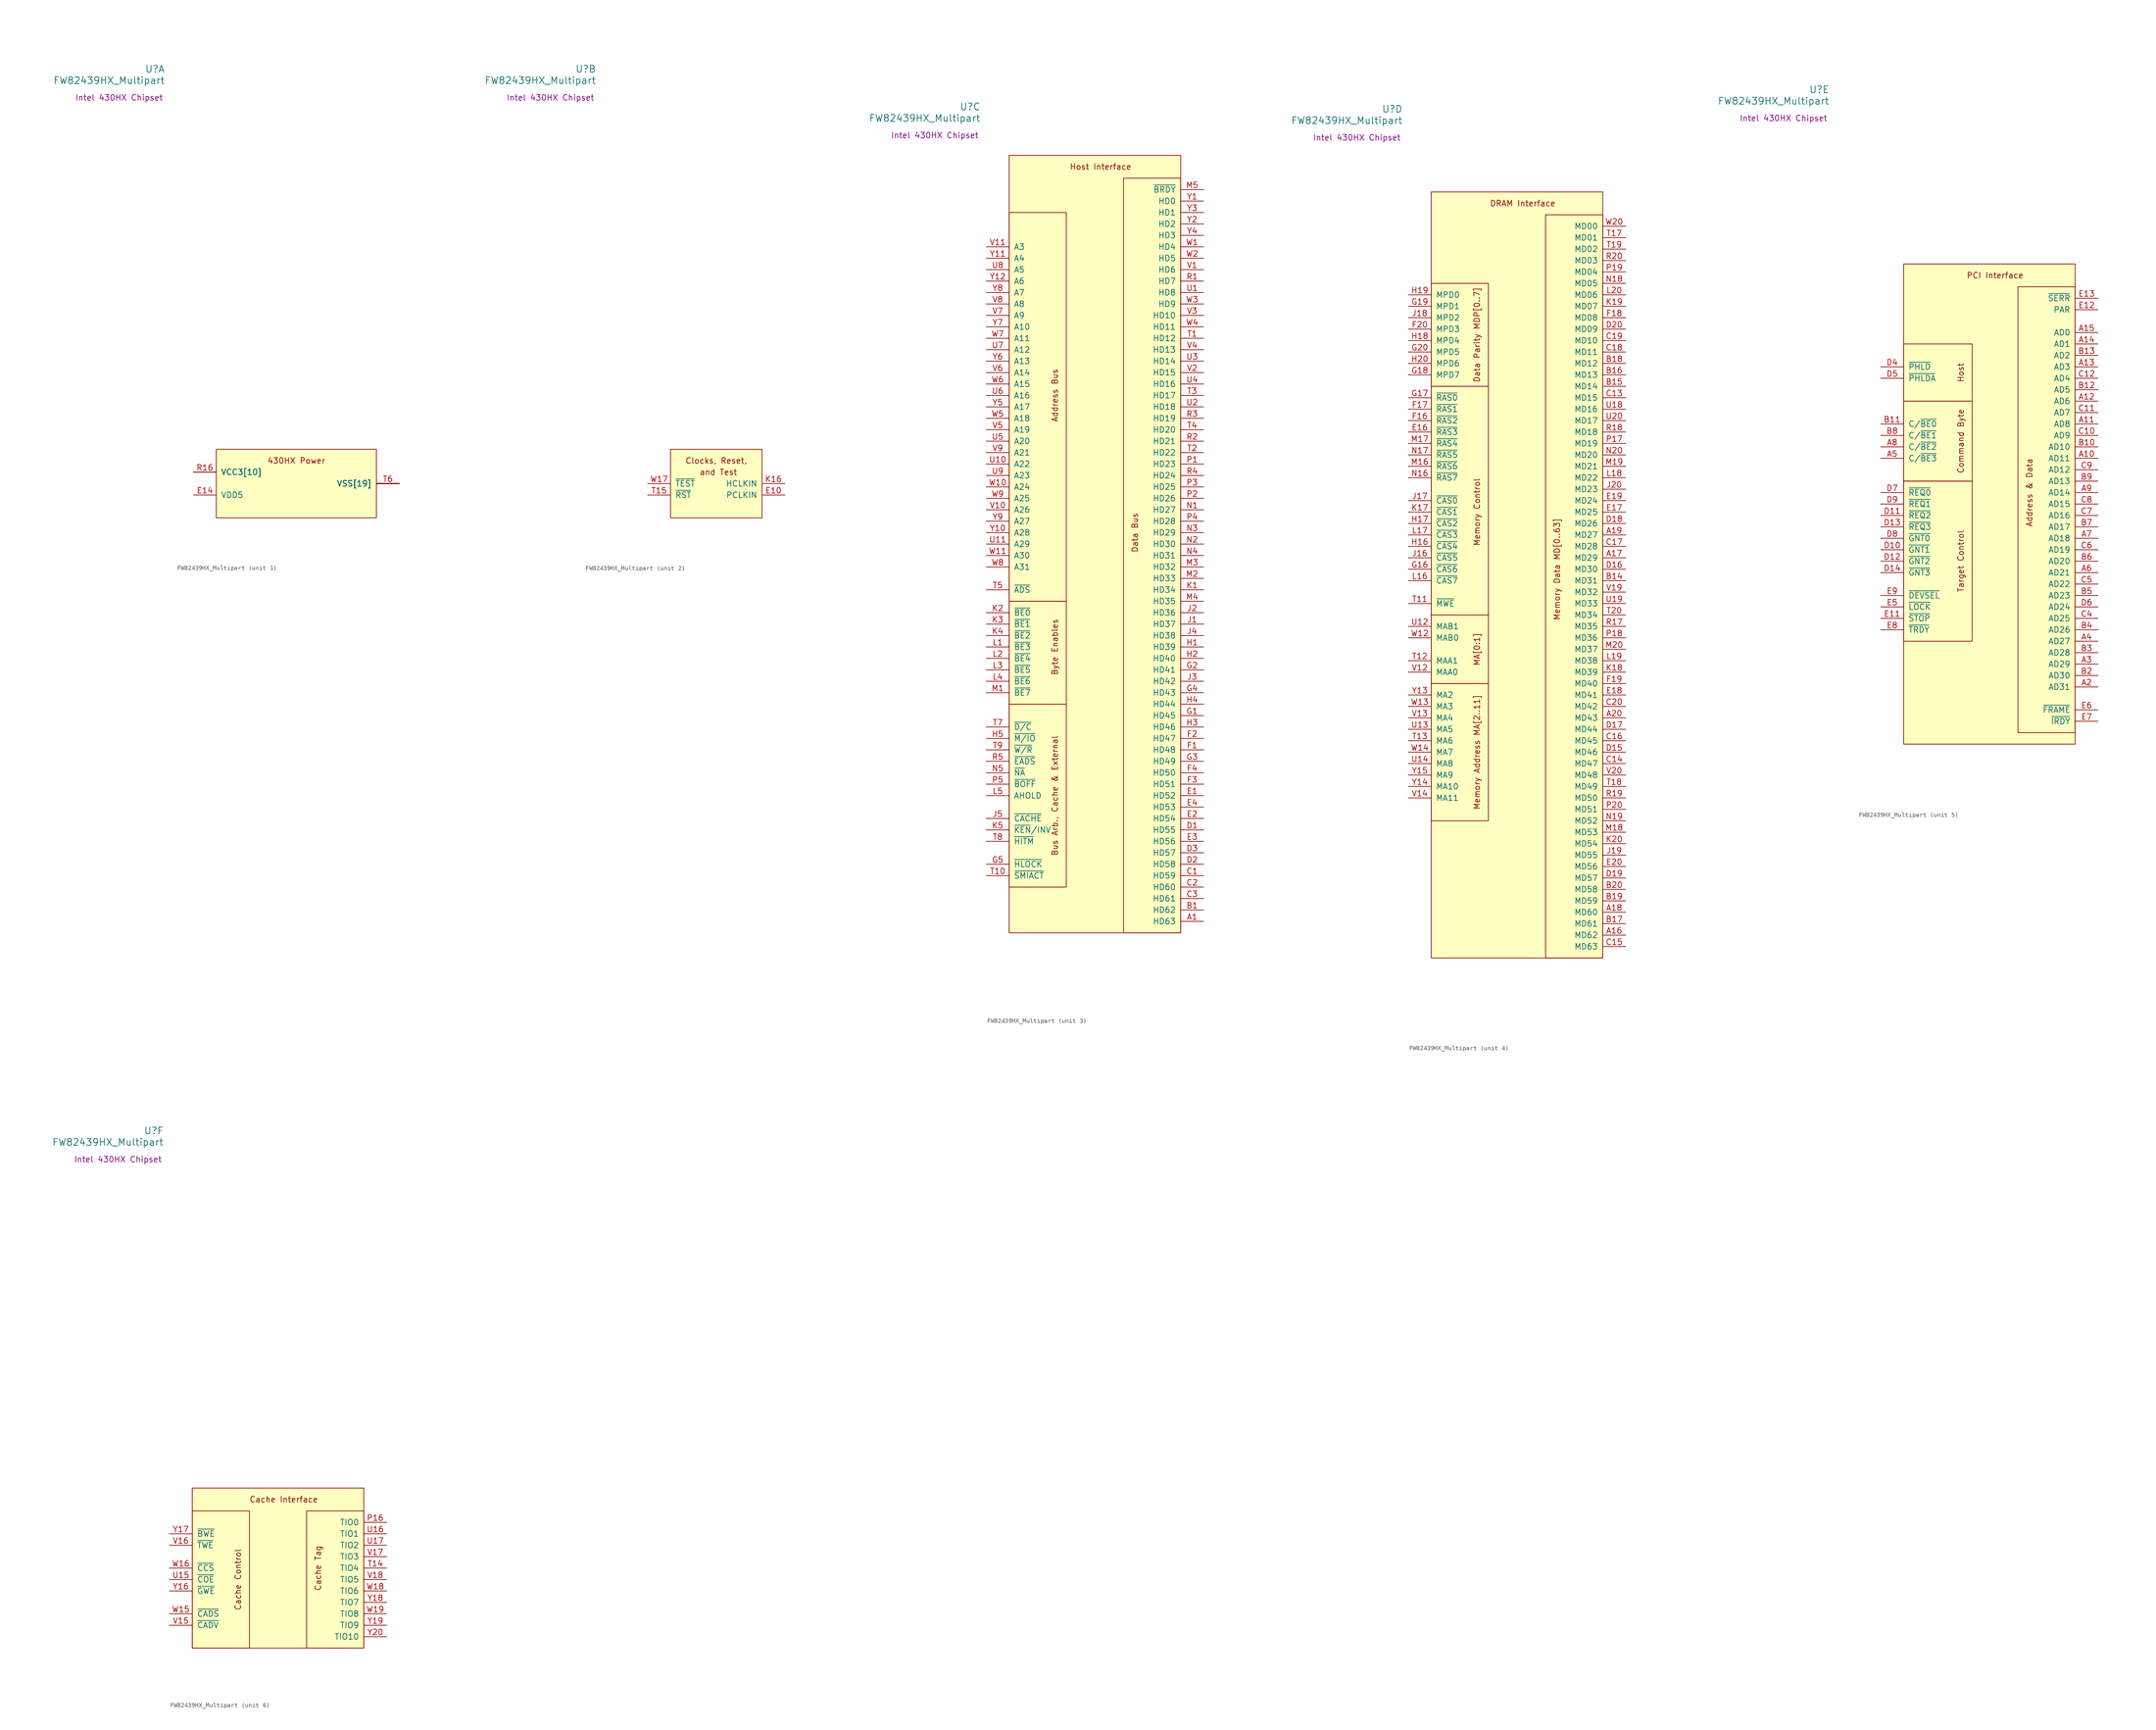
<source format=kicad_sym>
(kicad_symbol_lib
  (version 20211014)
  (generator kicad_symbol_editor)
  (symbol "FW82439HX_Multipart"
    (pin_names
      (offset 1.016))
    (property "Reference" "U"
      (at -26.67 92.075 0)
      (effects (font (size 1.524 1.524)) (justify right)))
    (property "Value" "FW82439HX_Multipart"
      (at -26.67 89.535 0)
      (effects (font (size 1.524 1.524)) (justify right)))
    (property "Description" "Intel 430HX Chipset"
      (at -36.83 85.725 0)
      (effects (font (size 1.27 1.27))))
    (property "ki_locked" ""
      (at 0 0 0)
      (effects (font (size 1.27 1.27))))
    (symbol "FW82439HX_Multipart_1_0"
      (rectangle (start -15.24 7.62) (end 20.32 -7.62) (stroke (width 0.152) (type default) (color 0 0 0 0)) (fill (type background)))
      (text "430HX Power" (at 2.54 5.08 0) (effects (font (size 1.27 1.27)))))
    (symbol "FW82439HX_Multipart_1_1"
      (pin power_in line (at -20.32 -2.54 0) (length 5.08) (name "VDD5" (effects (font (size 1.27 1.27)))) (number "E14" (effects (font (size 1.27 1.27)))))
      (pin power_in line (at 25.4 0 180) (length 5.08) (name "VSS[19]" (effects (font (size 1.27 1.27)))) (number "E15" (effects (font (size 0 0)))))
      (pin power_in line (at -20.32 2.54 0) (length 5.08) (name "VCC3[10]" (effects (font (size 1.27 1.27)))) (number "F14" (effects (font (size 0 0)))))
      (pin power_in line (at -20.32 2.54 0) (length 5.08) (name "VCC3[10]" (effects (font (size 1.27 1.27)))) (number "F15" (effects (font (size 0 0)))))
      (pin power_in line (at -20.32 2.54 0) (length 5.08) (name "VCC3[10]" (effects (font (size 1.27 1.27)))) (number "F5" (effects (font (size 0 0)))))
      (pin power_in line (at -20.32 2.54 0) (length 5.08) (name "VCC3[10]" (effects (font (size 1.27 1.27)))) (number "F6" (effects (font (size 0 0)))))
      (pin power_in line (at -20.32 2.54 0) (length 5.08) (name "VCC3[10]" (effects (font (size 1.27 1.27)))) (number "G6" (effects (font (size 0 0)))))
      (pin power_in line (at 25.4 0 180) (length 5.08) (name "VSS[19]" (effects (font (size 1.27 1.27)))) (number "J10" (effects (font (size 0 0)))))
      (pin power_in line (at 25.4 0 180) (length 5.08) (name "VSS[19]" (effects (font (size 1.27 1.27)))) (number "J11" (effects (font (size 0 0)))))
      (pin power_in line (at 25.4 0 180) (length 5.08) (name "VSS[19]" (effects (font (size 1.27 1.27)))) (number "J12" (effects (font (size 0 0)))))
      (pin power_in line (at 25.4 0 180) (length 5.08) (name "VSS[19]" (effects (font (size 1.27 1.27)))) (number "J9" (effects (font (size 0 0)))))
      (pin power_in line (at 25.4 0 180) (length 5.08) (name "VSS[19]" (effects (font (size 1.27 1.27)))) (number "K10" (effects (font (size 0 0)))))
      (pin power_in line (at 25.4 0 180) (length 5.08) (name "VSS[19]" (effects (font (size 1.27 1.27)))) (number "K11" (effects (font (size 0 0)))))
      (pin power_in line (at 25.4 0 180) (length 5.08) (name "VSS[19]" (effects (font (size 1.27 1.27)))) (number "K12" (effects (font (size 0 0)))))
      (pin power_in line (at 25.4 0 180) (length 5.08) (name "VSS[19]" (effects (font (size 1.27 1.27)))) (number "K9" (effects (font (size 0 0)))))
      (pin power_in line (at 25.4 0 180) (length 5.08) (name "VSS[19]" (effects (font (size 1.27 1.27)))) (number "L10" (effects (font (size 0 0)))))
      (pin power_in line (at 25.4 0 180) (length 5.08) (name "VSS[19]" (effects (font (size 1.27 1.27)))) (number "L11" (effects (font (size 0 0)))))
      (pin power_in line (at 25.4 0 180) (length 5.08) (name "VSS[19]" (effects (font (size 1.27 1.27)))) (number "L12" (effects (font (size 0 0)))))
      (pin power_in line (at 25.4 0 180) (length 5.08) (name "VSS[19]" (effects (font (size 1.27 1.27)))) (number "L9" (effects (font (size 0 0)))))
      (pin power_in line (at 25.4 0 180) (length 5.08) (name "VSS[19]" (effects (font (size 1.27 1.27)))) (number "M10" (effects (font (size 0 0)))))
      (pin power_in line (at 25.4 0 180) (length 5.08) (name "VSS[19]" (effects (font (size 1.27 1.27)))) (number "M11" (effects (font (size 0 0)))))
      (pin power_in line (at 25.4 0 180) (length 5.08) (name "VSS[19]" (effects (font (size 1.27 1.27)))) (number "M12" (effects (font (size 0 0)))))
      (pin power_in line (at 25.4 0 180) (length 5.08) (name "VSS[19]" (effects (font (size 1.27 1.27)))) (number "M9" (effects (font (size 0 0)))))
      (pin power_in line (at -20.32 2.54 0) (length 5.08) (name "VCC3[10]" (effects (font (size 1.27 1.27)))) (number "P15" (effects (font (size 0 0)))))
      (pin power_in line (at -20.32 2.54 0) (length 5.08) (name "VCC3[10]" (effects (font (size 1.27 1.27)))) (number "R15" (effects (font (size 0 0)))))
      (pin power_in line (at -20.32 2.54 0) (length 5.08) (name "VCC3[10]" (effects (font (size 1.27 1.27)))) (number "R16" (effects (font (size 1.27 1.27)))))
      (pin power_in line (at -20.32 2.54 0) (length 5.08) (name "VCC3[10]" (effects (font (size 1.27 1.27)))) (number "R6" (effects (font (size 0 0)))))
      (pin power_in line (at -20.32 2.54 0) (length 5.08) (name "VCC3[10]" (effects (font (size 1.27 1.27)))) (number "R7" (effects (font (size 0 0)))))
      (pin power_in line (at 25.4 0 180) (length 5.08) (name "VSS[19]" (effects (font (size 1.27 1.27)))) (number "T16" (effects (font (size 0 0)))))
      (pin power_in line (at 25.4 0 180) (length 5.08) (name "VSS[19]" (effects (font (size 1.27 1.27)))) (number "T6" (effects (font (size 1.27 1.27))))))
    (symbol "FW82439HX_Multipart_2_0"
      (rectangle (start -10.16 7.62) (end 10.16 -7.62) (stroke (width 0.152) (type default) (color 0 0 0 0)) (fill (type background)))
      (text " and Test" (at 0 2.54 0) (effects (font (size 1.27 1.27))))
      (text "Clocks, Reset," (at 0 5.08 0) (effects (font (size 1.27 1.27)))))
    (symbol "FW82439HX_Multipart_2_1"
      (pin input line (at 15.24 -2.54 180) (length 5.08) (name "PCLKIN" (effects (font (size 1.27 1.27)))) (number "E10" (effects (font (size 1.27 1.27)))))
      (pin input line (at 15.24 0 180) (length 5.08) (name "HCLKIN" (effects (font (size 1.27 1.27)))) (number "K16" (effects (font (size 1.27 1.27)))))
      (pin input line (at -15.24 -2.54 0) (length 5.08) (name "~{RST}" (effects (font (size 1.27 1.27)))) (number "T15" (effects (font (size 1.27 1.27)))))
      (pin input line (at -15.24 0 0) (length 5.08) (name "~{TEST}" (effects (font (size 1.27 1.27)))) (number "W17" (effects (font (size 1.27 1.27))))))
    (symbol "FW82439HX_Multipart_3_0"
      (rectangle (start -20.32 -40.64) (end -7.62 -81.28) (stroke (width 0.152) (type default) (color 0 0 0 0)) (fill (type none)))
      (rectangle (start -20.32 -17.78) (end -7.62 -40.64) (stroke (width 0.152) (type default) (color 0 0 0 0)) (fill (type none)))
      (rectangle (start -20.32 68.58) (end -7.62 -17.78) (stroke (width 0.152) (type default) (color 0 0 0 0)) (fill (type none)))
      (rectangle (start -20.32 81.28) (end 17.78 -91.44) (stroke (width 0.152) (type default) (color 0 0 0 0)) (fill (type background)))
      (rectangle (start 5.08 76.2) (end 17.78 -91.44) (stroke (width 0.152) (type default) (color 0 0 0 0)) (fill (type none)))
      (text "Address Bus" (at -10.16 27.94 900) (effects (font (size 1.27 1.27))))
      (text "Bus Arb., Cache & External" (at -10.16 -60.96 900) (effects (font (size 1.27 1.27))))
      (text "Byte Enables" (at -10.16 -27.94 900) (effects (font (size 1.27 1.27))))
      (text "Data Bus" (at 7.62 -2.54 900) (effects (font (size 1.27 1.27))))
      (text "Host Interface" (at 0 78.74 0) (effects (font (size 1.27 1.27)))))
    (symbol "FW82439HX_Multipart_3_1"
      (pin tri_state line (at 22.86 -88.9 180) (length 5.08) (name "HD63" (effects (font (size 1.27 1.27)))) (number "A1" (effects (font (size 1.27 1.27)))))
      (pin tri_state line (at 22.86 -86.36 180) (length 5.08) (name "HD62" (effects (font (size 1.27 1.27)))) (number "B1" (effects (font (size 1.27 1.27)))))
      (pin tri_state line (at 22.86 -78.74 180) (length 5.08) (name "HD59" (effects (font (size 1.27 1.27)))) (number "C1" (effects (font (size 1.27 1.27)))))
      (pin tri_state line (at 22.86 -81.28 180) (length 5.08) (name "HD60" (effects (font (size 1.27 1.27)))) (number "C2" (effects (font (size 1.27 1.27)))))
      (pin tri_state line (at 22.86 -83.82 180) (length 5.08) (name "HD61" (effects (font (size 1.27 1.27)))) (number "C3" (effects (font (size 1.27 1.27)))))
      (pin tri_state line (at 22.86 -68.58 180) (length 5.08) (name "HD55" (effects (font (size 1.27 1.27)))) (number "D1" (effects (font (size 1.27 1.27)))))
      (pin tri_state line (at 22.86 -76.2 180) (length 5.08) (name "HD58" (effects (font (size 1.27 1.27)))) (number "D2" (effects (font (size 1.27 1.27)))))
      (pin tri_state line (at 22.86 -73.66 180) (length 5.08) (name "HD57" (effects (font (size 1.27 1.27)))) (number "D3" (effects (font (size 1.27 1.27)))))
      (pin tri_state line (at 22.86 -60.96 180) (length 5.08) (name "HD52" (effects (font (size 1.27 1.27)))) (number "E1" (effects (font (size 1.27 1.27)))))
      (pin tri_state line (at 22.86 -66.04 180) (length 5.08) (name "HD54" (effects (font (size 1.27 1.27)))) (number "E2" (effects (font (size 1.27 1.27)))))
      (pin tri_state line (at 22.86 -71.12 180) (length 5.08) (name "HD56" (effects (font (size 1.27 1.27)))) (number "E3" (effects (font (size 1.27 1.27)))))
      (pin tri_state line (at 22.86 -63.5 180) (length 5.08) (name "HD53" (effects (font (size 1.27 1.27)))) (number "E4" (effects (font (size 1.27 1.27)))))
      (pin tri_state line (at 22.86 -50.8 180) (length 5.08) (name "HD48" (effects (font (size 1.27 1.27)))) (number "F1" (effects (font (size 1.27 1.27)))))
      (pin tri_state line (at 22.86 -48.26 180) (length 5.08) (name "HD47" (effects (font (size 1.27 1.27)))) (number "F2" (effects (font (size 1.27 1.27)))))
      (pin tri_state line (at 22.86 -58.42 180) (length 5.08) (name "HD51" (effects (font (size 1.27 1.27)))) (number "F3" (effects (font (size 1.27 1.27)))))
      (pin tri_state line (at 22.86 -55.88 180) (length 5.08) (name "HD50" (effects (font (size 1.27 1.27)))) (number "F4" (effects (font (size 1.27 1.27)))))
      (pin tri_state line (at 22.86 -43.18 180) (length 5.08) (name "HD45" (effects (font (size 1.27 1.27)))) (number "G1" (effects (font (size 1.27 1.27)))))
      (pin tri_state line (at 22.86 -33.02 180) (length 5.08) (name "HD41" (effects (font (size 1.27 1.27)))) (number "G2" (effects (font (size 1.27 1.27)))))
      (pin tri_state line (at 22.86 -53.34 180) (length 5.08) (name "HD49" (effects (font (size 1.27 1.27)))) (number "G3" (effects (font (size 1.27 1.27)))))
      (pin tri_state line (at 22.86 -38.1 180) (length 5.08) (name "HD43" (effects (font (size 1.27 1.27)))) (number "G4" (effects (font (size 1.27 1.27)))))
      (pin input line (at -25.4 -76.2 0) (length 5.08) (name "~{HLOCK}" (effects (font (size 1.27 1.27)))) (number "G5" (effects (font (size 1.27 1.27)))))
      (pin tri_state line (at 22.86 -27.94 180) (length 5.08) (name "HD39" (effects (font (size 1.27 1.27)))) (number "H1" (effects (font (size 1.27 1.27)))))
      (pin tri_state line (at 22.86 -30.48 180) (length 5.08) (name "HD40" (effects (font (size 1.27 1.27)))) (number "H2" (effects (font (size 1.27 1.27)))))
      (pin tri_state line (at 22.86 -45.72 180) (length 5.08) (name "HD46" (effects (font (size 1.27 1.27)))) (number "H3" (effects (font (size 1.27 1.27)))))
      (pin tri_state line (at 22.86 -40.64 180) (length 5.08) (name "HD44" (effects (font (size 1.27 1.27)))) (number "H4" (effects (font (size 1.27 1.27)))))
      (pin input line (at -25.4 -48.26 0) (length 5.08) (name "~{M/IO}" (effects (font (size 1.27 1.27)))) (number "H5" (effects (font (size 1.27 1.27)))))
      (pin tri_state line (at 22.86 -22.86 180) (length 5.08) (name "HD37" (effects (font (size 1.27 1.27)))) (number "J1" (effects (font (size 1.27 1.27)))))
      (pin tri_state line (at 22.86 -20.32 180) (length 5.08) (name "HD36" (effects (font (size 1.27 1.27)))) (number "J2" (effects (font (size 1.27 1.27)))))
      (pin tri_state line (at 22.86 -35.56 180) (length 5.08) (name "HD42" (effects (font (size 1.27 1.27)))) (number "J3" (effects (font (size 1.27 1.27)))))
      (pin tri_state line (at 22.86 -25.4 180) (length 5.08) (name "HD38" (effects (font (size 1.27 1.27)))) (number "J4" (effects (font (size 1.27 1.27)))))
      (pin output line (at -25.4 -66.04 0) (length 5.08) (name "~{CACHE}" (effects (font (size 1.27 1.27)))) (number "J5" (effects (font (size 1.27 1.27)))))
      (pin tri_state line (at 22.86 -15.24 180) (length 5.08) (name "HD34" (effects (font (size 1.27 1.27)))) (number "K1" (effects (font (size 1.27 1.27)))))
      (pin input line (at -25.4 -20.32 0) (length 5.08) (name "~{BE0}" (effects (font (size 1.27 1.27)))) (number "K2" (effects (font (size 1.27 1.27)))))
      (pin input line (at -25.4 -22.86 0) (length 5.08) (name "~{BE1}" (effects (font (size 1.27 1.27)))) (number "K3" (effects (font (size 1.27 1.27)))))
      (pin input line (at -25.4 -25.4 0) (length 5.08) (name "~{BE2}" (effects (font (size 1.27 1.27)))) (number "K4" (effects (font (size 1.27 1.27)))))
      (pin output line (at -25.4 -68.58 0) (length 5.08) (name "~{KEN}/INV" (effects (font (size 1.27 1.27)))) (number "K5" (effects (font (size 1.27 1.27)))))
      (pin input line (at -25.4 -27.94 0) (length 5.08) (name "~{BE3}" (effects (font (size 1.27 1.27)))) (number "L1" (effects (font (size 1.27 1.27)))))
      (pin input line (at -25.4 -30.48 0) (length 5.08) (name "~{BE4}" (effects (font (size 1.27 1.27)))) (number "L2" (effects (font (size 1.27 1.27)))))
      (pin input line (at -25.4 -33.02 0) (length 5.08) (name "~{BE5}" (effects (font (size 1.27 1.27)))) (number "L3" (effects (font (size 1.27 1.27)))))
      (pin input line (at -25.4 -35.56 0) (length 5.08) (name "~{BE6}" (effects (font (size 1.27 1.27)))) (number "L4" (effects (font (size 1.27 1.27)))))
      (pin output line (at -25.4 -60.96 0) (length 5.08) (name "AHOLD" (effects (font (size 1.27 1.27)))) (number "L5" (effects (font (size 1.27 1.27)))))
      (pin input line (at -25.4 -38.1 0) (length 5.08) (name "~{BE7}" (effects (font (size 1.27 1.27)))) (number "M1" (effects (font (size 1.27 1.27)))))
      (pin tri_state line (at 22.86 -12.7 180) (length 5.08) (name "HD33" (effects (font (size 1.27 1.27)))) (number "M2" (effects (font (size 1.27 1.27)))))
      (pin tri_state line (at 22.86 -10.16 180) (length 5.08) (name "HD32" (effects (font (size 1.27 1.27)))) (number "M3" (effects (font (size 1.27 1.27)))))
      (pin tri_state line (at 22.86 -17.78 180) (length 5.08) (name "HD35" (effects (font (size 1.27 1.27)))) (number "M4" (effects (font (size 1.27 1.27)))))
      (pin output line (at 22.86 73.66 180) (length 5.08) (name "~{BRDY}" (effects (font (size 1.27 1.27)))) (number "M5" (effects (font (size 1.27 1.27)))))
      (pin tri_state line (at 22.86 2.54 180) (length 5.08) (name "HD27" (effects (font (size 1.27 1.27)))) (number "N1" (effects (font (size 1.27 1.27)))))
      (pin tri_state line (at 22.86 -5.08 180) (length 5.08) (name "HD30" (effects (font (size 1.27 1.27)))) (number "N2" (effects (font (size 1.27 1.27)))))
      (pin tri_state line (at 22.86 -2.54 180) (length 5.08) (name "HD29" (effects (font (size 1.27 1.27)))) (number "N3" (effects (font (size 1.27 1.27)))))
      (pin tri_state line (at 22.86 -7.62 180) (length 5.08) (name "HD31" (effects (font (size 1.27 1.27)))) (number "N4" (effects (font (size 1.27 1.27)))))
      (pin output line (at -25.4 -55.88 0) (length 5.08) (name "~{NA}" (effects (font (size 1.27 1.27)))) (number "N5" (effects (font (size 1.27 1.27)))))
      (pin tri_state line (at 22.86 12.7 180) (length 5.08) (name "HD23" (effects (font (size 1.27 1.27)))) (number "P1" (effects (font (size 1.27 1.27)))))
      (pin tri_state line (at 22.86 5.08 180) (length 5.08) (name "HD26" (effects (font (size 1.27 1.27)))) (number "P2" (effects (font (size 1.27 1.27)))))
      (pin tri_state line (at 22.86 7.62 180) (length 5.08) (name "HD25" (effects (font (size 1.27 1.27)))) (number "P3" (effects (font (size 1.27 1.27)))))
      (pin tri_state line (at 22.86 0 180) (length 5.08) (name "HD28" (effects (font (size 1.27 1.27)))) (number "P4" (effects (font (size 1.27 1.27)))))
      (pin output line (at -25.4 -58.42 0) (length 5.08) (name "~{BOFF}" (effects (font (size 1.27 1.27)))) (number "P5" (effects (font (size 1.27 1.27)))))
      (pin tri_state line (at 22.86 53.34 180) (length 5.08) (name "HD7" (effects (font (size 1.27 1.27)))) (number "R1" (effects (font (size 1.27 1.27)))))
      (pin tri_state line (at 22.86 17.78 180) (length 5.08) (name "HD21" (effects (font (size 1.27 1.27)))) (number "R2" (effects (font (size 1.27 1.27)))))
      (pin tri_state line (at 22.86 22.86 180) (length 5.08) (name "HD19" (effects (font (size 1.27 1.27)))) (number "R3" (effects (font (size 1.27 1.27)))))
      (pin tri_state line (at 22.86 10.16 180) (length 5.08) (name "HD24" (effects (font (size 1.27 1.27)))) (number "R4" (effects (font (size 1.27 1.27)))))
      (pin output line (at -25.4 -53.34 0) (length 5.08) (name "~{EADS}" (effects (font (size 1.27 1.27)))) (number "R5" (effects (font (size 1.27 1.27)))))
      (pin tri_state line (at 22.86 40.64 180) (length 5.08) (name "HD12" (effects (font (size 1.27 1.27)))) (number "T1" (effects (font (size 1.27 1.27)))))
      (pin input line (at -25.4 -78.74 0) (length 5.08) (name "~{SMIACT}" (effects (font (size 1.27 1.27)))) (number "T10" (effects (font (size 1.27 1.27)))))
      (pin tri_state line (at 22.86 15.24 180) (length 5.08) (name "HD22" (effects (font (size 1.27 1.27)))) (number "T2" (effects (font (size 1.27 1.27)))))
      (pin tri_state line (at 22.86 27.94 180) (length 5.08) (name "HD17" (effects (font (size 1.27 1.27)))) (number "T3" (effects (font (size 1.27 1.27)))))
      (pin tri_state line (at 22.86 20.32 180) (length 5.08) (name "HD20" (effects (font (size 1.27 1.27)))) (number "T4" (effects (font (size 1.27 1.27)))))
      (pin input line (at -25.4 -15.24 0) (length 5.08) (name "~{ADS}" (effects (font (size 1.27 1.27)))) (number "T5" (effects (font (size 1.27 1.27)))))
      (pin input line (at -25.4 -45.72 0) (length 5.08) (name "~{D/C}" (effects (font (size 1.27 1.27)))) (number "T7" (effects (font (size 1.27 1.27)))))
      (pin input line (at -25.4 -71.12 0) (length 5.08) (name "~{HITM}" (effects (font (size 1.27 1.27)))) (number "T8" (effects (font (size 1.27 1.27)))))
      (pin input line (at -25.4 -50.8 0) (length 5.08) (name "~{W/R}" (effects (font (size 1.27 1.27)))) (number "T9" (effects (font (size 1.27 1.27)))))
      (pin tri_state line (at 22.86 50.8 180) (length 5.08) (name "HD8" (effects (font (size 1.27 1.27)))) (number "U1" (effects (font (size 1.27 1.27)))))
      (pin tri_state line (at -25.4 12.7 0) (length 5.08) (name "A22" (effects (font (size 1.27 1.27)))) (number "U10" (effects (font (size 1.27 1.27)))))
      (pin tri_state line (at -25.4 -5.08 0) (length 5.08) (name "A29" (effects (font (size 1.27 1.27)))) (number "U11" (effects (font (size 1.27 1.27)))))
      (pin tri_state line (at 22.86 25.4 180) (length 5.08) (name "HD18" (effects (font (size 1.27 1.27)))) (number "U2" (effects (font (size 1.27 1.27)))))
      (pin tri_state line (at 22.86 35.56 180) (length 5.08) (name "HD14" (effects (font (size 1.27 1.27)))) (number "U3" (effects (font (size 1.27 1.27)))))
      (pin tri_state line (at 22.86 30.48 180) (length 5.08) (name "HD16" (effects (font (size 1.27 1.27)))) (number "U4" (effects (font (size 1.27 1.27)))))
      (pin tri_state line (at -25.4 17.78 0) (length 5.08) (name "A20" (effects (font (size 1.27 1.27)))) (number "U5" (effects (font (size 1.27 1.27)))))
      (pin tri_state line (at -25.4 27.94 0) (length 5.08) (name "A16" (effects (font (size 1.27 1.27)))) (number "U6" (effects (font (size 1.27 1.27)))))
      (pin tri_state line (at -25.4 38.1 0) (length 5.08) (name "A12" (effects (font (size 1.27 1.27)))) (number "U7" (effects (font (size 1.27 1.27)))))
      (pin tri_state line (at -25.4 55.88 0) (length 5.08) (name "A5" (effects (font (size 1.27 1.27)))) (number "U8" (effects (font (size 1.27 1.27)))))
      (pin tri_state line (at -25.4 10.16 0) (length 5.08) (name "A23" (effects (font (size 1.27 1.27)))) (number "U9" (effects (font (size 1.27 1.27)))))
      (pin tri_state line (at 22.86 55.88 180) (length 5.08) (name "HD6" (effects (font (size 1.27 1.27)))) (number "V1" (effects (font (size 1.27 1.27)))))
      (pin tri_state line (at -25.4 2.54 0) (length 5.08) (name "A26" (effects (font (size 1.27 1.27)))) (number "V10" (effects (font (size 1.27 1.27)))))
      (pin tri_state line (at -25.4 60.96 0) (length 5.08) (name "A3" (effects (font (size 1.27 1.27)))) (number "V11" (effects (font (size 1.27 1.27)))))
      (pin tri_state line (at 22.86 33.02 180) (length 5.08) (name "HD15" (effects (font (size 1.27 1.27)))) (number "V2" (effects (font (size 1.27 1.27)))))
      (pin tri_state line (at 22.86 45.72 180) (length 5.08) (name "HD10" (effects (font (size 1.27 1.27)))) (number "V3" (effects (font (size 1.27 1.27)))))
      (pin tri_state line (at 22.86 38.1 180) (length 5.08) (name "HD13" (effects (font (size 1.27 1.27)))) (number "V4" (effects (font (size 1.27 1.27)))))
      (pin tri_state line (at -25.4 20.32 0) (length 5.08) (name "A19" (effects (font (size 1.27 1.27)))) (number "V5" (effects (font (size 1.27 1.27)))))
      (pin tri_state line (at -25.4 33.02 0) (length 5.08) (name "A14" (effects (font (size 1.27 1.27)))) (number "V6" (effects (font (size 1.27 1.27)))))
      (pin tri_state line (at -25.4 45.72 0) (length 5.08) (name "A9" (effects (font (size 1.27 1.27)))) (number "V7" (effects (font (size 1.27 1.27)))))
      (pin tri_state line (at -25.4 48.26 0) (length 5.08) (name "A8" (effects (font (size 1.27 1.27)))) (number "V8" (effects (font (size 1.27 1.27)))))
      (pin tri_state line (at -25.4 15.24 0) (length 5.08) (name "A21" (effects (font (size 1.27 1.27)))) (number "V9" (effects (font (size 1.27 1.27)))))
      (pin tri_state line (at 22.86 60.96 180) (length 5.08) (name "HD4" (effects (font (size 1.27 1.27)))) (number "W1" (effects (font (size 1.27 1.27)))))
      (pin tri_state line (at -25.4 7.62 0) (length 5.08) (name "A24" (effects (font (size 1.27 1.27)))) (number "W10" (effects (font (size 1.27 1.27)))))
      (pin tri_state line (at -25.4 -7.62 0) (length 5.08) (name "A30" (effects (font (size 1.27 1.27)))) (number "W11" (effects (font (size 1.27 1.27)))))
      (pin tri_state line (at 22.86 58.42 180) (length 5.08) (name "HD5" (effects (font (size 1.27 1.27)))) (number "W2" (effects (font (size 1.27 1.27)))))
      (pin tri_state line (at 22.86 48.26 180) (length 5.08) (name "HD9" (effects (font (size 1.27 1.27)))) (number "W3" (effects (font (size 1.27 1.27)))))
      (pin tri_state line (at 22.86 43.18 180) (length 5.08) (name "HD11" (effects (font (size 1.27 1.27)))) (number "W4" (effects (font (size 1.27 1.27)))))
      (pin tri_state line (at -25.4 22.86 0) (length 5.08) (name "A18" (effects (font (size 1.27 1.27)))) (number "W5" (effects (font (size 1.27 1.27)))))
      (pin tri_state line (at -25.4 30.48 0) (length 5.08) (name "A15" (effects (font (size 1.27 1.27)))) (number "W6" (effects (font (size 1.27 1.27)))))
      (pin tri_state line (at -25.4 40.64 0) (length 5.08) (name "A11" (effects (font (size 1.27 1.27)))) (number "W7" (effects (font (size 1.27 1.27)))))
      (pin tri_state line (at -25.4 -10.16 0) (length 5.08) (name "A31" (effects (font (size 1.27 1.27)))) (number "W8" (effects (font (size 1.27 1.27)))))
      (pin tri_state line (at -25.4 5.08 0) (length 5.08) (name "A25" (effects (font (size 1.27 1.27)))) (number "W9" (effects (font (size 1.27 1.27)))))
      (pin tri_state line (at 22.86 71.12 180) (length 5.08) (name "HD0" (effects (font (size 1.27 1.27)))) (number "Y1" (effects (font (size 1.27 1.27)))))
      (pin tri_state line (at -25.4 -2.54 0) (length 5.08) (name "A28" (effects (font (size 1.27 1.27)))) (number "Y10" (effects (font (size 1.27 1.27)))))
      (pin tri_state line (at -25.4 58.42 0) (length 5.08) (name "A4" (effects (font (size 1.27 1.27)))) (number "Y11" (effects (font (size 1.27 1.27)))))
      (pin tri_state line (at -25.4 53.34 0) (length 5.08) (name "A6" (effects (font (size 1.27 1.27)))) (number "Y12" (effects (font (size 1.27 1.27)))))
      (pin tri_state line (at 22.86 66.04 180) (length 5.08) (name "HD2" (effects (font (size 1.27 1.27)))) (number "Y2" (effects (font (size 1.27 1.27)))))
      (pin tri_state line (at 22.86 68.58 180) (length 5.08) (name "HD1" (effects (font (size 1.27 1.27)))) (number "Y3" (effects (font (size 1.27 1.27)))))
      (pin tri_state line (at 22.86 63.5 180) (length 5.08) (name "HD3" (effects (font (size 1.27 1.27)))) (number "Y4" (effects (font (size 1.27 1.27)))))
      (pin tri_state line (at -25.4 25.4 0) (length 5.08) (name "A17" (effects (font (size 1.27 1.27)))) (number "Y5" (effects (font (size 1.27 1.27)))))
      (pin tri_state line (at -25.4 35.56 0) (length 5.08) (name "A13" (effects (font (size 1.27 1.27)))) (number "Y6" (effects (font (size 1.27 1.27)))))
      (pin tri_state line (at -25.4 43.18 0) (length 5.08) (name "A10" (effects (font (size 1.27 1.27)))) (number "Y7" (effects (font (size 1.27 1.27)))))
      (pin tri_state line (at -25.4 50.8 0) (length 5.08) (name "A7" (effects (font (size 1.27 1.27)))) (number "Y8" (effects (font (size 1.27 1.27)))))
      (pin tri_state line (at -25.4 0 0) (length 5.08) (name "A27" (effects (font (size 1.27 1.27)))) (number "Y9" (effects (font (size 1.27 1.27))))))
    (symbol "FW82439HX_Multipart_4_0"
      (rectangle (start -20.32 -35.56) (end -7.62 -66.04) (stroke (width 0.152) (type default) (color 0 0 0 0)) (fill (type none)))
      (rectangle (start -20.32 -20.32) (end -7.62 -35.56) (stroke (width 0.152) (type default) (color 0 0 0 0)) (fill (type none)))
      (rectangle (start -20.32 53.34) (end -7.62 30.48) (stroke (width 0.152) (type default) (color 0 0 0 0)) (fill (type none)))
      (rectangle (start -20.32 73.66) (end 17.78 -96.52) (stroke (width 0.152) (type default) (color 0 0 0 0)) (fill (type background)))
      (rectangle (start -7.62 -20.32) (end -20.32 30.48) (stroke (width 0.152) (type default) (color 0 0 0 0)) (fill (type none)))
      (rectangle (start 17.78 68.58) (end 5.08 -96.52) (stroke (width 0.152) (type default) (color 0 0 0 0)) (fill (type none)))
      (text "Data Parity MDP[0..7]" (at -10.16 41.91 900) (effects (font (size 1.27 1.27))))
      (text "DRAM Interface" (at 0 71.12 0) (effects (font (size 1.27 1.27))))
      (text "MA[0:1]" (at -10.16 -27.94 900) (effects (font (size 1.27 1.27))))
      (text "Memory Address MA[2..11]" (at -10.16 -50.8 900) (effects (font (size 1.27 1.27))))
      (text "Memory Control" (at -10.16 2.54 900) (effects (font (size 1.27 1.27))))
      (text "Memory Data MD[0..63]" (at 7.62 -10.16 900) (effects (font (size 1.27 1.27)))))
    (symbol "FW82439HX_Multipart_4_1"
      (pin tri_state line (at 22.86 -91.44 180) (length 5.08) (name "MD62" (effects (font (size 1.27 1.27)))) (number "A16" (effects (font (size 1.27 1.27)))))
      (pin tri_state line (at 22.86 -7.62 180) (length 5.08) (name "MD29" (effects (font (size 1.27 1.27)))) (number "A17" (effects (font (size 1.27 1.27)))))
      (pin tri_state line (at 22.86 -86.36 180) (length 5.08) (name "MD60" (effects (font (size 1.27 1.27)))) (number "A18" (effects (font (size 1.27 1.27)))))
      (pin tri_state line (at 22.86 -2.54 180) (length 5.08) (name "MD27" (effects (font (size 1.27 1.27)))) (number "A19" (effects (font (size 1.27 1.27)))))
      (pin tri_state line (at 22.86 -43.18 180) (length 5.08) (name "MD43" (effects (font (size 1.27 1.27)))) (number "A20" (effects (font (size 1.27 1.27)))))
      (pin tri_state line (at 22.86 -12.7 180) (length 5.08) (name "MD31" (effects (font (size 1.27 1.27)))) (number "B14" (effects (font (size 1.27 1.27)))))
      (pin tri_state line (at 22.86 30.48 180) (length 5.08) (name "MD14" (effects (font (size 1.27 1.27)))) (number "B15" (effects (font (size 1.27 1.27)))))
      (pin tri_state line (at 22.86 33.02 180) (length 5.08) (name "MD13" (effects (font (size 1.27 1.27)))) (number "B16" (effects (font (size 1.27 1.27)))))
      (pin tri_state line (at 22.86 -88.9 180) (length 5.08) (name "MD61" (effects (font (size 1.27 1.27)))) (number "B17" (effects (font (size 1.27 1.27)))))
      (pin tri_state line (at 22.86 35.56 180) (length 5.08) (name "MD12" (effects (font (size 1.27 1.27)))) (number "B18" (effects (font (size 1.27 1.27)))))
      (pin tri_state line (at 22.86 -83.82 180) (length 5.08) (name "MD59" (effects (font (size 1.27 1.27)))) (number "B19" (effects (font (size 1.27 1.27)))))
      (pin tri_state line (at 22.86 -81.28 180) (length 5.08) (name "MD58" (effects (font (size 1.27 1.27)))) (number "B20" (effects (font (size 1.27 1.27)))))
      (pin tri_state line (at 22.86 27.94 180) (length 5.08) (name "MD15" (effects (font (size 1.27 1.27)))) (number "C13" (effects (font (size 1.27 1.27)))))
      (pin tri_state line (at 22.86 -53.34 180) (length 5.08) (name "MD47" (effects (font (size 1.27 1.27)))) (number "C14" (effects (font (size 1.27 1.27)))))
      (pin tri_state line (at 22.86 -93.98 180) (length 5.08) (name "MD63" (effects (font (size 1.27 1.27)))) (number "C15" (effects (font (size 1.27 1.27)))))
      (pin tri_state line (at 22.86 -48.26 180) (length 5.08) (name "MD45" (effects (font (size 1.27 1.27)))) (number "C16" (effects (font (size 1.27 1.27)))))
      (pin tri_state line (at 22.86 -5.08 180) (length 5.08) (name "MD28" (effects (font (size 1.27 1.27)))) (number "C17" (effects (font (size 1.27 1.27)))))
      (pin tri_state line (at 22.86 38.1 180) (length 5.08) (name "MD11" (effects (font (size 1.27 1.27)))) (number "C18" (effects (font (size 1.27 1.27)))))
      (pin tri_state line (at 22.86 40.64 180) (length 5.08) (name "MD10" (effects (font (size 1.27 1.27)))) (number "C19" (effects (font (size 1.27 1.27)))))
      (pin tri_state line (at 22.86 -40.64 180) (length 5.08) (name "MD42" (effects (font (size 1.27 1.27)))) (number "C20" (effects (font (size 1.27 1.27)))))
      (pin tri_state line (at 22.86 -50.8 180) (length 5.08) (name "MD46" (effects (font (size 1.27 1.27)))) (number "D15" (effects (font (size 1.27 1.27)))))
      (pin tri_state line (at 22.86 -10.16 180) (length 5.08) (name "MD30" (effects (font (size 1.27 1.27)))) (number "D16" (effects (font (size 1.27 1.27)))))
      (pin tri_state line (at 22.86 -45.72 180) (length 5.08) (name "MD44" (effects (font (size 1.27 1.27)))) (number "D17" (effects (font (size 1.27 1.27)))))
      (pin tri_state line (at 22.86 0 180) (length 5.08) (name "MD26" (effects (font (size 1.27 1.27)))) (number "D18" (effects (font (size 1.27 1.27)))))
      (pin tri_state line (at 22.86 -78.74 180) (length 5.08) (name "MD57" (effects (font (size 1.27 1.27)))) (number "D19" (effects (font (size 1.27 1.27)))))
      (pin tri_state line (at 22.86 43.18 180) (length 5.08) (name "MD09" (effects (font (size 1.27 1.27)))) (number "D20" (effects (font (size 1.27 1.27)))))
      (pin output line (at -25.4 20.32 0) (length 5.08) (name "~{RAS3}" (effects (font (size 1.27 1.27)))) (number "E16" (effects (font (size 1.27 1.27)))))
      (pin tri_state line (at 22.86 2.54 180) (length 5.08) (name "MD25" (effects (font (size 1.27 1.27)))) (number "E17" (effects (font (size 1.27 1.27)))))
      (pin tri_state line (at 22.86 -38.1 180) (length 5.08) (name "MD41" (effects (font (size 1.27 1.27)))) (number "E18" (effects (font (size 1.27 1.27)))))
      (pin tri_state line (at 22.86 5.08 180) (length 5.08) (name "MD24" (effects (font (size 1.27 1.27)))) (number "E19" (effects (font (size 1.27 1.27)))))
      (pin tri_state line (at 22.86 -76.2 180) (length 5.08) (name "MD56" (effects (font (size 1.27 1.27)))) (number "E20" (effects (font (size 1.27 1.27)))))
      (pin output line (at -25.4 22.86 0) (length 5.08) (name "~{RAS2}" (effects (font (size 1.27 1.27)))) (number "F16" (effects (font (size 1.27 1.27)))))
      (pin output line (at -25.4 25.4 0) (length 5.08) (name "~{RAS1}" (effects (font (size 1.27 1.27)))) (number "F17" (effects (font (size 1.27 1.27)))))
      (pin tri_state line (at 22.86 45.72 180) (length 5.08) (name "MD08" (effects (font (size 1.27 1.27)))) (number "F18" (effects (font (size 1.27 1.27)))))
      (pin tri_state line (at 22.86 -35.56 180) (length 5.08) (name "MD40" (effects (font (size 1.27 1.27)))) (number "F19" (effects (font (size 1.27 1.27)))))
      (pin tri_state line (at -25.4 43.18 0) (length 5.08) (name "MPD3" (effects (font (size 1.27 1.27)))) (number "F20" (effects (font (size 1.27 1.27)))))
      (pin output line (at -25.4 -10.16 0) (length 5.08) (name "~{CAS6}" (effects (font (size 1.27 1.27)))) (number "G16" (effects (font (size 1.27 1.27)))))
      (pin output line (at -25.4 27.94 0) (length 5.08) (name "~{RAS0}" (effects (font (size 1.27 1.27)))) (number "G17" (effects (font (size 1.27 1.27)))))
      (pin tri_state line (at -25.4 33.02 0) (length 5.08) (name "MPD7" (effects (font (size 1.27 1.27)))) (number "G18" (effects (font (size 1.27 1.27)))))
      (pin tri_state line (at -25.4 48.26 0) (length 5.08) (name "MPD1" (effects (font (size 1.27 1.27)))) (number "G19" (effects (font (size 1.27 1.27)))))
      (pin tri_state line (at -25.4 38.1 0) (length 5.08) (name "MPD5" (effects (font (size 1.27 1.27)))) (number "G20" (effects (font (size 1.27 1.27)))))
      (pin output line (at -25.4 -5.08 0) (length 5.08) (name "~{CAS4}" (effects (font (size 1.27 1.27)))) (number "H16" (effects (font (size 1.27 1.27)))))
      (pin output line (at -25.4 0 0) (length 5.08) (name "~{CAS2}" (effects (font (size 1.27 1.27)))) (number "H17" (effects (font (size 1.27 1.27)))))
      (pin tri_state line (at -25.4 40.64 0) (length 5.08) (name "MPD4" (effects (font (size 1.27 1.27)))) (number "H18" (effects (font (size 1.27 1.27)))))
      (pin tri_state line (at -25.4 50.8 0) (length 5.08) (name "MPD0" (effects (font (size 1.27 1.27)))) (number "H19" (effects (font (size 1.27 1.27)))))
      (pin tri_state line (at -25.4 35.56 0) (length 5.08) (name "MPD6" (effects (font (size 1.27 1.27)))) (number "H20" (effects (font (size 1.27 1.27)))))
      (pin output line (at -25.4 -7.62 0) (length 5.08) (name "~{CAS5}" (effects (font (size 1.27 1.27)))) (number "J16" (effects (font (size 1.27 1.27)))))
      (pin output line (at -25.4 5.08 0) (length 5.08) (name "~{CAS0}" (effects (font (size 1.27 1.27)))) (number "J17" (effects (font (size 1.27 1.27)))))
      (pin tri_state line (at -25.4 45.72 0) (length 5.08) (name "MPD2" (effects (font (size 1.27 1.27)))) (number "J18" (effects (font (size 1.27 1.27)))))
      (pin tri_state line (at 22.86 -73.66 180) (length 5.08) (name "MD55" (effects (font (size 1.27 1.27)))) (number "J19" (effects (font (size 1.27 1.27)))))
      (pin tri_state line (at 22.86 7.62 180) (length 5.08) (name "MD23" (effects (font (size 1.27 1.27)))) (number "J20" (effects (font (size 1.27 1.27)))))
      (pin output line (at -25.4 2.54 0) (length 5.08) (name "~{CAS1}" (effects (font (size 1.27 1.27)))) (number "K17" (effects (font (size 1.27 1.27)))))
      (pin tri_state line (at 22.86 -33.02 180) (length 5.08) (name "MD39" (effects (font (size 1.27 1.27)))) (number "K18" (effects (font (size 1.27 1.27)))))
      (pin tri_state line (at 22.86 48.26 180) (length 5.08) (name "MD07" (effects (font (size 1.27 1.27)))) (number "K19" (effects (font (size 1.27 1.27)))))
      (pin tri_state line (at 22.86 -71.12 180) (length 5.08) (name "MD54" (effects (font (size 1.27 1.27)))) (number "K20" (effects (font (size 1.27 1.27)))))
      (pin output line (at -25.4 -12.7 0) (length 5.08) (name "~{CAS7}" (effects (font (size 1.27 1.27)))) (number "L16" (effects (font (size 1.27 1.27)))))
      (pin output line (at -25.4 -2.54 0) (length 5.08) (name "~{CAS3}" (effects (font (size 1.27 1.27)))) (number "L17" (effects (font (size 1.27 1.27)))))
      (pin tri_state line (at 22.86 10.16 180) (length 5.08) (name "MD22" (effects (font (size 1.27 1.27)))) (number "L18" (effects (font (size 1.27 1.27)))))
      (pin tri_state line (at 22.86 -30.48 180) (length 5.08) (name "MD38" (effects (font (size 1.27 1.27)))) (number "L19" (effects (font (size 1.27 1.27)))))
      (pin tri_state line (at 22.86 50.8 180) (length 5.08) (name "MD06" (effects (font (size 1.27 1.27)))) (number "L20" (effects (font (size 1.27 1.27)))))
      (pin output line (at -25.4 12.7 0) (length 5.08) (name "~{RAS6}" (effects (font (size 1.27 1.27)))) (number "M16" (effects (font (size 1.27 1.27)))))
      (pin output line (at -25.4 17.78 0) (length 5.08) (name "~{RAS4}" (effects (font (size 1.27 1.27)))) (number "M17" (effects (font (size 1.27 1.27)))))
      (pin tri_state line (at 22.86 -68.58 180) (length 5.08) (name "MD53" (effects (font (size 1.27 1.27)))) (number "M18" (effects (font (size 1.27 1.27)))))
      (pin tri_state line (at 22.86 12.7 180) (length 5.08) (name "MD21" (effects (font (size 1.27 1.27)))) (number "M19" (effects (font (size 1.27 1.27)))))
      (pin tri_state line (at 22.86 -27.94 180) (length 5.08) (name "MD37" (effects (font (size 1.27 1.27)))) (number "M20" (effects (font (size 1.27 1.27)))))
      (pin output line (at -25.4 10.16 0) (length 5.08) (name "~{RAS7}" (effects (font (size 1.27 1.27)))) (number "N16" (effects (font (size 1.27 1.27)))))
      (pin output line (at -25.4 15.24 0) (length 5.08) (name "~{RAS5}" (effects (font (size 1.27 1.27)))) (number "N17" (effects (font (size 1.27 1.27)))))
      (pin tri_state line (at 22.86 53.34 180) (length 5.08) (name "MD05" (effects (font (size 1.27 1.27)))) (number "N18" (effects (font (size 1.27 1.27)))))
      (pin tri_state line (at 22.86 -66.04 180) (length 5.08) (name "MD52" (effects (font (size 1.27 1.27)))) (number "N19" (effects (font (size 1.27 1.27)))))
      (pin tri_state line (at 22.86 15.24 180) (length 5.08) (name "MD20" (effects (font (size 1.27 1.27)))) (number "N20" (effects (font (size 1.27 1.27)))))
      (pin tri_state line (at 22.86 17.78 180) (length 5.08) (name "MD19" (effects (font (size 1.27 1.27)))) (number "P17" (effects (font (size 1.27 1.27)))))
      (pin tri_state line (at 22.86 -25.4 180) (length 5.08) (name "MD36" (effects (font (size 1.27 1.27)))) (number "P18" (effects (font (size 1.27 1.27)))))
      (pin tri_state line (at 22.86 55.88 180) (length 5.08) (name "MD04" (effects (font (size 1.27 1.27)))) (number "P19" (effects (font (size 1.27 1.27)))))
      (pin tri_state line (at 22.86 -63.5 180) (length 5.08) (name "MD51" (effects (font (size 1.27 1.27)))) (number "P20" (effects (font (size 1.27 1.27)))))
      (pin tri_state line (at 22.86 -22.86 180) (length 5.08) (name "MD35" (effects (font (size 1.27 1.27)))) (number "R17" (effects (font (size 1.27 1.27)))))
      (pin tri_state line (at 22.86 20.32 180) (length 5.08) (name "MD18" (effects (font (size 1.27 1.27)))) (number "R18" (effects (font (size 1.27 1.27)))))
      (pin tri_state line (at 22.86 -60.96 180) (length 5.08) (name "MD50" (effects (font (size 1.27 1.27)))) (number "R19" (effects (font (size 1.27 1.27)))))
      (pin tri_state line (at 22.86 58.42 180) (length 5.08) (name "MD03" (effects (font (size 1.27 1.27)))) (number "R20" (effects (font (size 1.27 1.27)))))
      (pin output line (at -25.4 -17.78 0) (length 5.08) (name "~{MWE}" (effects (font (size 1.27 1.27)))) (number "T11" (effects (font (size 1.27 1.27)))))
      (pin output line (at -25.4 -30.48 0) (length 5.08) (name "MAA1" (effects (font (size 1.27 1.27)))) (number "T12" (effects (font (size 1.27 1.27)))))
      (pin output line (at -25.4 -48.26 0) (length 5.08) (name "MA6" (effects (font (size 1.27 1.27)))) (number "T13" (effects (font (size 1.27 1.27)))))
      (pin tri_state line (at 22.86 63.5 180) (length 5.08) (name "MD01" (effects (font (size 1.27 1.27)))) (number "T17" (effects (font (size 1.27 1.27)))))
      (pin tri_state line (at 22.86 -58.42 180) (length 5.08) (name "MD49" (effects (font (size 1.27 1.27)))) (number "T18" (effects (font (size 1.27 1.27)))))
      (pin tri_state line (at 22.86 60.96 180) (length 5.08) (name "MD02" (effects (font (size 1.27 1.27)))) (number "T19" (effects (font (size 1.27 1.27)))))
      (pin tri_state line (at 22.86 -20.32 180) (length 5.08) (name "MD34" (effects (font (size 1.27 1.27)))) (number "T20" (effects (font (size 1.27 1.27)))))
      (pin output line (at -25.4 -22.86 0) (length 5.08) (name "MAB1" (effects (font (size 1.27 1.27)))) (number "U12" (effects (font (size 1.27 1.27)))))
      (pin output line (at -25.4 -45.72 0) (length 5.08) (name "MA5" (effects (font (size 1.27 1.27)))) (number "U13" (effects (font (size 1.27 1.27)))))
      (pin output line (at -25.4 -53.34 0) (length 5.08) (name "MA8" (effects (font (size 1.27 1.27)))) (number "U14" (effects (font (size 1.27 1.27)))))
      (pin tri_state line (at 22.86 25.4 180) (length 5.08) (name "MD16" (effects (font (size 1.27 1.27)))) (number "U18" (effects (font (size 1.27 1.27)))))
      (pin tri_state line (at 22.86 -17.78 180) (length 5.08) (name "MD33" (effects (font (size 1.27 1.27)))) (number "U19" (effects (font (size 1.27 1.27)))))
      (pin tri_state line (at 22.86 22.86 180) (length 5.08) (name "MD17" (effects (font (size 1.27 1.27)))) (number "U20" (effects (font (size 1.27 1.27)))))
      (pin output line (at -25.4 -33.02 0) (length 5.08) (name "MAA0" (effects (font (size 1.27 1.27)))) (number "V12" (effects (font (size 1.27 1.27)))))
      (pin output line (at -25.4 -43.18 0) (length 5.08) (name "MA4" (effects (font (size 1.27 1.27)))) (number "V13" (effects (font (size 1.27 1.27)))))
      (pin output line (at -25.4 -60.96 0) (length 5.08) (name "MA11" (effects (font (size 1.27 1.27)))) (number "V14" (effects (font (size 1.27 1.27)))))
      (pin tri_state line (at 22.86 -15.24 180) (length 5.08) (name "MD32" (effects (font (size 1.27 1.27)))) (number "V19" (effects (font (size 1.27 1.27)))))
      (pin tri_state line (at 22.86 -55.88 180) (length 5.08) (name "MD48" (effects (font (size 1.27 1.27)))) (number "V20" (effects (font (size 1.27 1.27)))))
      (pin output line (at -25.4 -25.4 0) (length 5.08) (name "MAB0" (effects (font (size 1.27 1.27)))) (number "W12" (effects (font (size 1.27 1.27)))))
      (pin output line (at -25.4 -40.64 0) (length 5.08) (name "MA3" (effects (font (size 1.27 1.27)))) (number "W13" (effects (font (size 1.27 1.27)))))
      (pin output line (at -25.4 -50.8 0) (length 5.08) (name "MA7" (effects (font (size 1.27 1.27)))) (number "W14" (effects (font (size 1.27 1.27)))))
      (pin tri_state line (at 22.86 66.04 180) (length 5.08) (name "MD00" (effects (font (size 1.27 1.27)))) (number "W20" (effects (font (size 1.27 1.27)))))
      (pin output line (at -25.4 -38.1 0) (length 5.08) (name "MA2" (effects (font (size 1.27 1.27)))) (number "Y13" (effects (font (size 1.27 1.27)))))
      (pin output line (at -25.4 -58.42 0) (length 5.08) (name "MA10" (effects (font (size 1.27 1.27)))) (number "Y14" (effects (font (size 1.27 1.27)))))
      (pin output line (at -25.4 -55.88 0) (length 5.08) (name "MA9" (effects (font (size 1.27 1.27)))) (number "Y15" (effects (font (size 1.27 1.27))))))
    (symbol "FW82439HX_Multipart_5_0"
      (rectangle (start -10.16 5.08) (end 5.08 -30.48) (stroke (width 0.152) (type default) (color 0 0 0 0)) (fill (type none)))
      (rectangle (start -10.16 22.86) (end 5.08 5.08) (stroke (width 0.152) (type default) (color 0 0 0 0)) (fill (type none)))
      (rectangle (start -10.16 35.56) (end 5.08 22.86) (stroke (width 0.152) (type default) (color 0 0 0 0)) (fill (type none)))
      (rectangle (start -10.16 53.34) (end 27.94 -53.34) (stroke (width 0.152) (type default) (color 0 0 0 0)) (fill (type background)))
      (rectangle (start 15.24 48.26) (end 27.94 -50.8) (stroke (width 0.152) (type default) (color 0 0 0 0)) (fill (type none)))
      (text "Address & Data" (at 17.78 2.54 900) (effects (font (size 1.27 1.27))))
      (text "Command Byte" (at 2.54 13.97 900) (effects (font (size 1.27 1.27))))
      (text "Host" (at 2.54 29.21 900) (effects (font (size 1.27 1.27))))
      (text "PCI Interface" (at 10.16 50.8 0) (effects (font (size 1.27 1.27))))
      (text "Target Control" (at 2.54 -12.7 900) (effects (font (size 1.27 1.27)))))
    (symbol "FW82439HX_Multipart_5_1"
      (pin tri_state line (at 33.02 10.16 180) (length 5.08) (name "AD11" (effects (font (size 1.27 1.27)))) (number "A10" (effects (font (size 1.27 1.27)))))
      (pin tri_state line (at 33.02 17.78 180) (length 5.08) (name "AD8" (effects (font (size 1.27 1.27)))) (number "A11" (effects (font (size 1.27 1.27)))))
      (pin tri_state line (at 33.02 22.86 180) (length 5.08) (name "AD6" (effects (font (size 1.27 1.27)))) (number "A12" (effects (font (size 1.27 1.27)))))
      (pin tri_state line (at 33.02 30.48 180) (length 5.08) (name "AD3" (effects (font (size 1.27 1.27)))) (number "A13" (effects (font (size 1.27 1.27)))))
      (pin tri_state line (at 33.02 35.56 180) (length 5.08) (name "AD1" (effects (font (size 1.27 1.27)))) (number "A14" (effects (font (size 1.27 1.27)))))
      (pin tri_state line (at 33.02 38.1 180) (length 5.08) (name "AD0" (effects (font (size 1.27 1.27)))) (number "A15" (effects (font (size 1.27 1.27)))))
      (pin tri_state line (at 33.02 -40.64 180) (length 5.08) (name "AD31" (effects (font (size 1.27 1.27)))) (number "A2" (effects (font (size 1.27 1.27)))))
      (pin tri_state line (at 33.02 -35.56 180) (length 5.08) (name "AD29" (effects (font (size 1.27 1.27)))) (number "A3" (effects (font (size 1.27 1.27)))))
      (pin tri_state line (at 33.02 -30.48 180) (length 5.08) (name "AD27" (effects (font (size 1.27 1.27)))) (number "A4" (effects (font (size 1.27 1.27)))))
      (pin tri_state line (at -15.24 10.16 0) (length 5.08) (name "C/~{BE3}" (effects (font (size 1.27 1.27)))) (number "A5" (effects (font (size 1.27 1.27)))))
      (pin tri_state line (at 33.02 -15.24 180) (length 5.08) (name "AD21" (effects (font (size 1.27 1.27)))) (number "A6" (effects (font (size 1.27 1.27)))))
      (pin tri_state line (at 33.02 -7.62 180) (length 5.08) (name "AD18" (effects (font (size 1.27 1.27)))) (number "A7" (effects (font (size 1.27 1.27)))))
      (pin tri_state line (at -15.24 12.7 0) (length 5.08) (name "C/~{BE2}" (effects (font (size 1.27 1.27)))) (number "A8" (effects (font (size 1.27 1.27)))))
      (pin tri_state line (at 33.02 2.54 180) (length 5.08) (name "AD14" (effects (font (size 1.27 1.27)))) (number "A9" (effects (font (size 1.27 1.27)))))
      (pin tri_state line (at 33.02 12.7 180) (length 5.08) (name "AD10" (effects (font (size 1.27 1.27)))) (number "B10" (effects (font (size 1.27 1.27)))))
      (pin tri_state line (at -15.24 17.78 0) (length 5.08) (name "C/~{BE0}" (effects (font (size 1.27 1.27)))) (number "B11" (effects (font (size 1.27 1.27)))))
      (pin tri_state line (at 33.02 25.4 180) (length 5.08) (name "AD5" (effects (font (size 1.27 1.27)))) (number "B12" (effects (font (size 1.27 1.27)))))
      (pin tri_state line (at 33.02 33.02 180) (length 5.08) (name "AD2" (effects (font (size 1.27 1.27)))) (number "B13" (effects (font (size 1.27 1.27)))))
      (pin tri_state line (at 33.02 -38.1 180) (length 5.08) (name "AD30" (effects (font (size 1.27 1.27)))) (number "B2" (effects (font (size 1.27 1.27)))))
      (pin tri_state line (at 33.02 -33.02 180) (length 5.08) (name "AD28" (effects (font (size 1.27 1.27)))) (number "B3" (effects (font (size 1.27 1.27)))))
      (pin tri_state line (at 33.02 -27.94 180) (length 5.08) (name "AD26" (effects (font (size 1.27 1.27)))) (number "B4" (effects (font (size 1.27 1.27)))))
      (pin tri_state line (at 33.02 -20.32 180) (length 5.08) (name "AD23" (effects (font (size 1.27 1.27)))) (number "B5" (effects (font (size 1.27 1.27)))))
      (pin tri_state line (at 33.02 -12.7 180) (length 5.08) (name "AD20" (effects (font (size 1.27 1.27)))) (number "B6" (effects (font (size 1.27 1.27)))))
      (pin tri_state line (at 33.02 -5.08 180) (length 5.08) (name "AD17" (effects (font (size 1.27 1.27)))) (number "B7" (effects (font (size 1.27 1.27)))))
      (pin tri_state line (at -15.24 15.24 0) (length 5.08) (name "C/~{BE1}" (effects (font (size 1.27 1.27)))) (number "B8" (effects (font (size 1.27 1.27)))))
      (pin tri_state line (at 33.02 5.08 180) (length 5.08) (name "AD13" (effects (font (size 1.27 1.27)))) (number "B9" (effects (font (size 1.27 1.27)))))
      (pin tri_state line (at 33.02 15.24 180) (length 5.08) (name "AD9" (effects (font (size 1.27 1.27)))) (number "C10" (effects (font (size 1.27 1.27)))))
      (pin tri_state line (at 33.02 20.32 180) (length 5.08) (name "AD7" (effects (font (size 1.27 1.27)))) (number "C11" (effects (font (size 1.27 1.27)))))
      (pin tri_state line (at 33.02 27.94 180) (length 5.08) (name "AD4" (effects (font (size 1.27 1.27)))) (number "C12" (effects (font (size 1.27 1.27)))))
      (pin tri_state line (at 33.02 -25.4 180) (length 5.08) (name "AD25" (effects (font (size 1.27 1.27)))) (number "C4" (effects (font (size 1.27 1.27)))))
      (pin tri_state line (at 33.02 -17.78 180) (length 5.08) (name "AD22" (effects (font (size 1.27 1.27)))) (number "C5" (effects (font (size 1.27 1.27)))))
      (pin tri_state line (at 33.02 -10.16 180) (length 5.08) (name "AD19" (effects (font (size 1.27 1.27)))) (number "C6" (effects (font (size 1.27 1.27)))))
      (pin tri_state line (at 33.02 -2.54 180) (length 5.08) (name "AD16" (effects (font (size 1.27 1.27)))) (number "C7" (effects (font (size 1.27 1.27)))))
      (pin tri_state line (at 33.02 0 180) (length 5.08) (name "AD15" (effects (font (size 1.27 1.27)))) (number "C8" (effects (font (size 1.27 1.27)))))
      (pin tri_state line (at 33.02 7.62 180) (length 5.08) (name "AD12" (effects (font (size 1.27 1.27)))) (number "C9" (effects (font (size 1.27 1.27)))))
      (pin input line (at -15.24 -10.16 0) (length 5.08) (name "~{GNT1}" (effects (font (size 1.27 1.27)))) (number "D10" (effects (font (size 1.27 1.27)))))
      (pin output line (at -15.24 -2.54 0) (length 5.08) (name "~{REQ2}" (effects (font (size 1.27 1.27)))) (number "D11" (effects (font (size 1.27 1.27)))))
      (pin input line (at -15.24 -12.7 0) (length 5.08) (name "~{GNT2}" (effects (font (size 1.27 1.27)))) (number "D12" (effects (font (size 1.27 1.27)))))
      (pin output line (at -15.24 -5.08 0) (length 5.08) (name "~{REQ3}" (effects (font (size 1.27 1.27)))) (number "D13" (effects (font (size 1.27 1.27)))))
      (pin input line (at -15.24 -15.24 0) (length 5.08) (name "~{GNT3}" (effects (font (size 1.27 1.27)))) (number "D14" (effects (font (size 1.27 1.27)))))
      (pin input line (at -15.24 30.48 0) (length 5.08) (name "~{PHLD}" (effects (font (size 1.27 1.27)))) (number "D4" (effects (font (size 1.27 1.27)))))
      (pin output line (at -15.24 27.94 0) (length 5.08) (name "~{PHLDA}" (effects (font (size 1.27 1.27)))) (number "D5" (effects (font (size 1.27 1.27)))))
      (pin tri_state line (at 33.02 -22.86 180) (length 5.08) (name "AD24" (effects (font (size 1.27 1.27)))) (number "D6" (effects (font (size 1.27 1.27)))))
      (pin output line (at -15.24 2.54 0) (length 5.08) (name "~{REQ0}" (effects (font (size 1.27 1.27)))) (number "D7" (effects (font (size 1.27 1.27)))))
      (pin input line (at -15.24 -7.62 0) (length 5.08) (name "~{GNT0}" (effects (font (size 1.27 1.27)))) (number "D8" (effects (font (size 1.27 1.27)))))
      (pin output line (at -15.24 0 0) (length 5.08) (name "~{REQ1}" (effects (font (size 1.27 1.27)))) (number "D9" (effects (font (size 1.27 1.27)))))
      (pin tri_state line (at -15.24 -25.4 0) (length 5.08) (name "~{STOP}" (effects (font (size 1.27 1.27)))) (number "E11" (effects (font (size 1.27 1.27)))))
      (pin tri_state line (at 33.02 43.18 180) (length 5.08) (name "PAR" (effects (font (size 1.27 1.27)))) (number "E12" (effects (font (size 1.27 1.27)))))
      (pin output line (at 33.02 45.72 180) (length 5.08) (name "~{SERR}" (effects (font (size 1.27 1.27)))) (number "E13" (effects (font (size 1.27 1.27)))))
      (pin tri_state line (at -15.24 -22.86 0) (length 5.08) (name "~{LOCK}" (effects (font (size 1.27 1.27)))) (number "E5" (effects (font (size 1.27 1.27)))))
      (pin tri_state line (at 33.02 -45.72 180) (length 5.08) (name "~{FRAME}" (effects (font (size 1.27 1.27)))) (number "E6" (effects (font (size 1.27 1.27)))))
      (pin tri_state line (at 33.02 -48.26 180) (length 5.08) (name "~{IRDY}" (effects (font (size 1.27 1.27)))) (number "E7" (effects (font (size 1.27 1.27)))))
      (pin tri_state line (at -15.24 -27.94 0) (length 5.08) (name "~{TRDY}" (effects (font (size 1.27 1.27)))) (number "E8" (effects (font (size 1.27 1.27)))))
      (pin tri_state line (at -15.24 -20.32 0) (length 5.08) (name "~{DEVSEL}" (effects (font (size 1.27 1.27)))) (number "E9" (effects (font (size 1.27 1.27))))))
    (symbol "FW82439HX_Multipart_6_0"
      (text "Cache Control" (at -10.16 -7.62 900) (effects (font (size 1.27 1.27))))
      (text "Cache Interface" (at 0 10.16 0) (effects (font (size 1.27 1.27))))
      (text "Cache Tag" (at 7.62 -5.08 900) (effects (font (size 1.27 1.27)))))
    (symbol "FW82439HX_Multipart_6_1"
      (rectangle (start -20.32 7.62) (end -7.62 -22.86) (stroke (width 0.152) (type default) (color 0 0 0 0)) (fill (type none)))
      (rectangle (start -20.32 12.7) (end 17.78 -22.86) (stroke (width 0.152) (type default) (color 0 0 0 0)) (fill (type background)))
      (rectangle (start 5.08 7.62) (end 17.78 -22.86) (stroke (width 0.152) (type default) (color 0 0 0 0)) (fill (type none)))
      (pin tri_state line (at 22.86 5.08 180) (length 5.08) (name "TIO0" (effects (font (size 1.27 1.27)))) (number "P16" (effects (font (size 1.27 1.27)))))
      (pin tri_state line (at 22.86 -5.08 180) (length 5.08) (name "TIO4" (effects (font (size 1.27 1.27)))) (number "T14" (effects (font (size 1.27 1.27)))))
      (pin output line (at -25.4 -7.62 0) (length 5.08) (name "~{COE}" (effects (font (size 1.27 1.27)))) (number "U15" (effects (font (size 1.27 1.27)))))
      (pin tri_state line (at 22.86 2.54 180) (length 5.08) (name "TIO1" (effects (font (size 1.27 1.27)))) (number "U16" (effects (font (size 1.27 1.27)))))
      (pin tri_state line (at 22.86 0 180) (length 5.08) (name "TIO2" (effects (font (size 1.27 1.27)))) (number "U17" (effects (font (size 1.27 1.27)))))
      (pin output line (at -25.4 -17.78 0) (length 5.08) (name "~{CADV}" (effects (font (size 1.27 1.27)))) (number "V15" (effects (font (size 1.27 1.27)))))
      (pin output line (at -25.4 0 0) (length 5.08) (name "~{TWE}" (effects (font (size 1.27 1.27)))) (number "V16" (effects (font (size 1.27 1.27)))))
      (pin tri_state line (at 22.86 -2.54 180) (length 5.08) (name "TIO3" (effects (font (size 1.27 1.27)))) (number "V17" (effects (font (size 1.27 1.27)))))
      (pin tri_state line (at 22.86 -7.62 180) (length 5.08) (name "TIO5" (effects (font (size 1.27 1.27)))) (number "V18" (effects (font (size 1.27 1.27)))))
      (pin output line (at -25.4 -15.24 0) (length 5.08) (name "~{CADS}" (effects (font (size 1.27 1.27)))) (number "W15" (effects (font (size 1.27 1.27)))))
      (pin output line (at -25.4 -5.08 0) (length 5.08) (name "~{CCS}" (effects (font (size 1.27 1.27)))) (number "W16" (effects (font (size 1.27 1.27)))))
      (pin tri_state line (at 22.86 -10.16 180) (length 5.08) (name "TIO6" (effects (font (size 1.27 1.27)))) (number "W18" (effects (font (size 1.27 1.27)))))
      (pin tri_state line (at 22.86 -15.24 180) (length 5.08) (name "TIO8" (effects (font (size 1.27 1.27)))) (number "W19" (effects (font (size 1.27 1.27)))))
      (pin output line (at -25.4 -10.16 0) (length 5.08) (name "~{GWE}" (effects (font (size 1.27 1.27)))) (number "Y16" (effects (font (size 1.27 1.27)))))
      (pin output line (at -25.4 2.54 0) (length 5.08) (name "~{BWE}" (effects (font (size 1.27 1.27)))) (number "Y17" (effects (font (size 1.27 1.27)))))
      (pin tri_state line (at 22.86 -12.7 180) (length 5.08) (name "TIO7" (effects (font (size 1.27 1.27)))) (number "Y18" (effects (font (size 1.27 1.27)))))
      (pin tri_state line (at 22.86 -17.78 180) (length 5.08) (name "TIO9" (effects (font (size 1.27 1.27)))) (number "Y19" (effects (font (size 1.27 1.27)))))
      (pin tri_state line (at 22.86 -20.32 180) (length 5.08) (name "TIO10" (effects (font (size 1.27 1.27)))) (number "Y20" (effects (font (size 1.27 1.27))))))))
</source>
